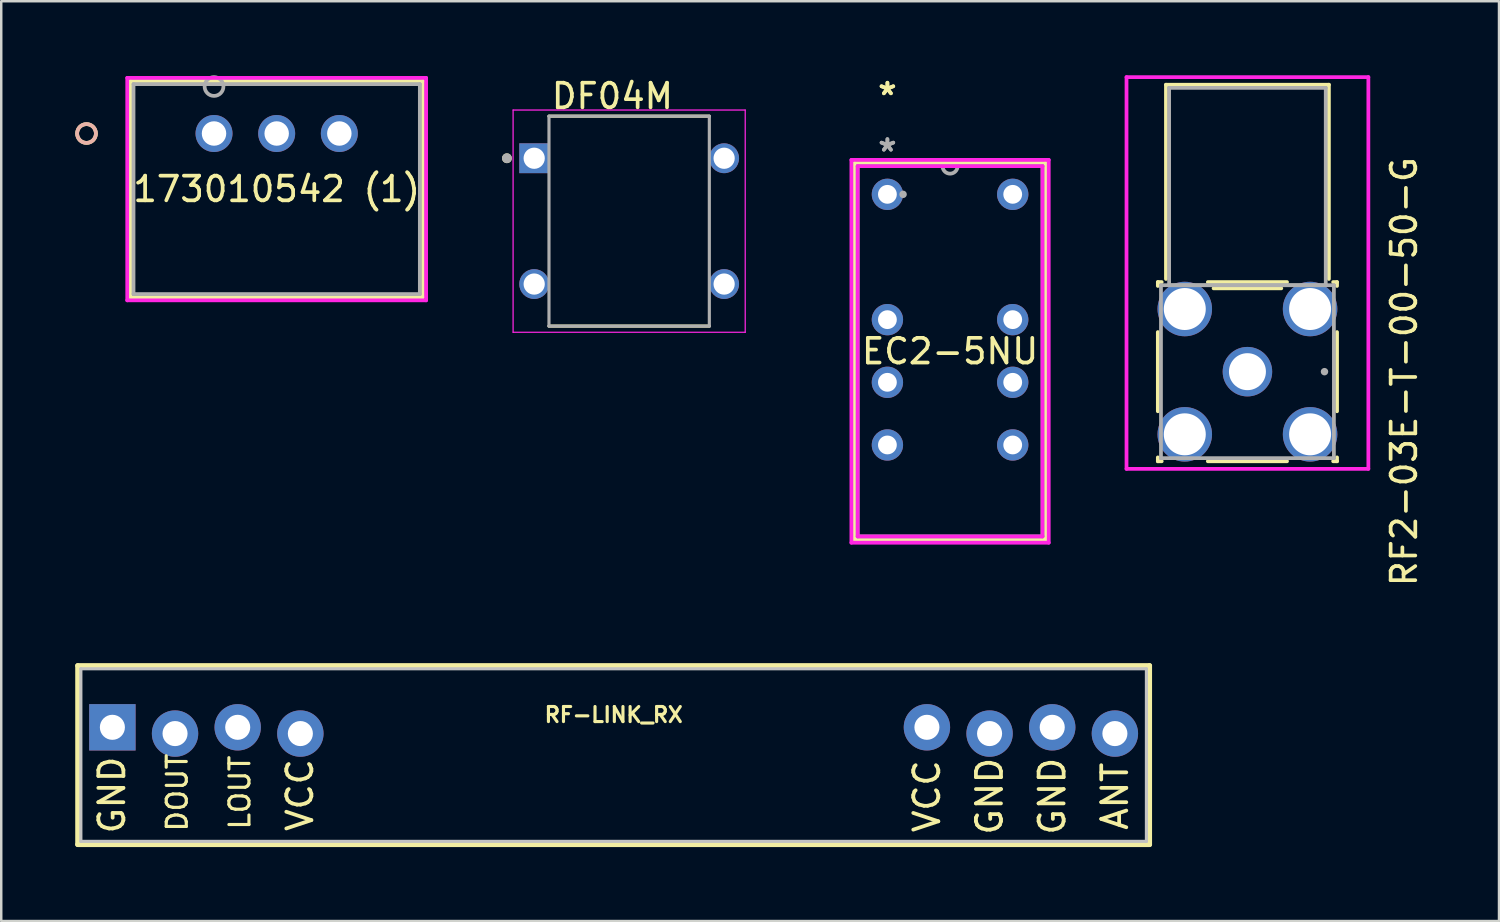
<source format=kicad_pcb>
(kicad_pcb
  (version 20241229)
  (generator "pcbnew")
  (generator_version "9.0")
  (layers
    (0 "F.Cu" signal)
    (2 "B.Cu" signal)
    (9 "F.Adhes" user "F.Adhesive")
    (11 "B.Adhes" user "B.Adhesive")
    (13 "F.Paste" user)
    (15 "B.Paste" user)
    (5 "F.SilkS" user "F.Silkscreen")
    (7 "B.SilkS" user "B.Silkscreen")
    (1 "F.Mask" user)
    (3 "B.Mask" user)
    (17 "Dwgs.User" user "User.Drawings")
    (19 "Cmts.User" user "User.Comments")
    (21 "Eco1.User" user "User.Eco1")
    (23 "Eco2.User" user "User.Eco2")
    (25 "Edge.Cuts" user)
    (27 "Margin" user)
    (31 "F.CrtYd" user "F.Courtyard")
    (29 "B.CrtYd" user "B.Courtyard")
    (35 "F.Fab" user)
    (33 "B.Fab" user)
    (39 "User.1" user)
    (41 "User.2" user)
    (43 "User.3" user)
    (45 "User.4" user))
  (footprint "173010542 (1)"
    (layer "F.Cu")
    (at 5.626 2.362)
    (property "Reference" "173010542 (1)" (at 2.54 2.254 0) (layer "F.SilkS") (effects (font (size 1 1) (thickness 0.15))))
    (attr through_hole)
    (fp_line (start -3.391 -2.127) (end -3.391 6.636) (stroke (width 0.152) (type solid)) (layer "F.SilkS"))
    (fp_line (start -3.391 6.636) (end 8.471 6.636) (stroke (width 0.152) (type solid)) (layer "F.SilkS"))
    (fp_line (start 8.471 -2.127) (end -3.391 -2.127) (stroke (width 0.152) (type solid)) (layer "F.SilkS"))
    (fp_line (start 8.471 6.636) (end 8.471 -2.127) (stroke (width 0.152) (type solid)) (layer "F.SilkS"))
    (fp_circle (center -5.169 0) (end -4.788 0) (stroke (width 0.152) (type solid)) (fill no) (layer "F.SilkS"))
    (fp_circle (center -5.169 0) (end -4.788 0) (stroke (width 0.152) (type solid)) (fill no) (layer "B.SilkS"))
    (fp_line (start -3.518 -2.255) (end -3.518 6.763) (stroke (width 0.152) (type solid)) (layer "F.CrtYd"))
    (fp_line (start -3.518 6.763) (end 8.598 6.763) (stroke (width 0.152) (type solid)) (layer "F.CrtYd"))
    (fp_line (start 8.598 -2.255) (end -3.518 -2.255) (stroke (width 0.152) (type solid)) (layer "F.CrtYd"))
    (fp_line (start 8.598 6.763) (end 8.598 -2.255) (stroke (width 0.152) (type solid)) (layer "F.CrtYd"))
    (fp_line (start -3.264 -2.001) (end -3.264 6.508) (stroke (width 0.152) (type solid)) (layer "F.Fab"))
    (fp_line (start -3.264 6.508) (end 8.344 6.508) (stroke (width 0.152) (type solid)) (layer "F.Fab"))
    (fp_line (start 8.344 -2.001) (end -3.264 -2.001) (stroke (width 0.152) (type solid)) (layer "F.Fab"))
    (fp_line (start 8.344 6.508) (end 8.344 -2.001) (stroke (width 0.152) (type solid)) (layer "F.Fab"))
    (fp_circle (center 0 -1.905) (end 0.381 -1.905) (stroke (width 0.152) (type solid)) (fill no) (layer "F.Fab"))
    (pad "1" thru_hole circle (at 0 0) (size 1.499 1.499) (drill 0.991) (layers "*.Cu" "*.Mask"))
    (pad "2" thru_hole circle (at 2.54 0) (size 1.499 1.499) (drill 0.991) (layers "*.Cu" "*.Mask"))
    (pad "3" thru_hole circle (at 5.08 0) (size 1.499 1.499) (drill 0.991) (layers "*.Cu" "*.Mask")))
  (footprint "RF2-03E-T-00-50-G"
    (layer "F.Cu")
    (at 47.519 12.017)
    (property "Reference" "RF2-03E-T-00-50-G" (at 6.35 0 90) (layer "F.SilkS") (effects (font (size 1 1) (thickness 0.15))))
    (attr through_hole)
    (fp_line (start -3.632 -3.632) (end -3.632 -3.475) (stroke (width 0.152) (type solid)) (layer "F.SilkS"))
    (fp_line (start -3.632 -1.605) (end -3.632 1.605) (stroke (width 0.152) (type solid)) (layer "F.SilkS"))
    (fp_line (start -3.632 3.475) (end -3.632 3.632) (stroke (width 0.152) (type solid)) (layer "F.SilkS"))
    (fp_line (start -3.632 3.632) (end -3.475 3.632) (stroke (width 0.152) (type solid)) (layer "F.SilkS"))
    (fp_line (start -3.475 -3.632) (end -3.632 -3.632) (stroke (width 0.152) (type solid)) (layer "F.SilkS"))
    (fp_line (start -3.302 -11.633) (end -3.302 -3.759) (stroke (width 0.152) (type solid)) (layer "F.SilkS"))
    (fp_line (start -1.605 3.632) (end 1.605 3.632) (stroke (width 0.152) (type solid)) (layer "F.SilkS"))
    (fp_line (start -1.372 -3.378) (end 1.372 -3.378) (stroke (width 0.152) (type solid)) (layer "F.SilkS"))
    (fp_line (start 1.605 -3.632) (end -1.605 -3.632) (stroke (width 0.152) (type solid)) (layer "F.SilkS"))
    (fp_line (start 3.302 -11.633) (end -3.302 -11.633) (stroke (width 0.152) (type solid)) (layer "F.SilkS"))
    (fp_line (start 3.302 -3.759) (end 3.302 -11.633) (stroke (width 0.152) (type solid)) (layer "F.SilkS"))
    (fp_line (start 3.475 3.632) (end 3.632 3.632) (stroke (width 0.152) (type solid)) (layer "F.SilkS"))
    (fp_line (start 3.632 -3.632) (end 3.475 -3.632) (stroke (width 0.152) (type solid)) (layer "F.SilkS"))
    (fp_line (start 3.632 -3.475) (end 3.632 -3.632) (stroke (width 0.152) (type solid)) (layer "F.SilkS"))
    (fp_line (start 3.632 1.605) (end 3.632 -1.605) (stroke (width 0.152) (type solid)) (layer "F.SilkS"))
    (fp_line (start 3.632 3.632) (end 3.632 3.475) (stroke (width 0.152) (type solid)) (layer "F.SilkS"))
    (fp_line (start -4.902 -11.941) (end 4.902 -11.941) (stroke (width 0.152) (type solid)) (layer "F.CrtYd"))
    (fp_line (start -4.902 3.94) (end -4.902 -11.941) (stroke (width 0.152) (type solid)) (layer "F.CrtYd"))
    (fp_line (start 4.902 -11.941) (end 4.902 3.94) (stroke (width 0.152) (type solid)) (layer "F.CrtYd"))
    (fp_line (start 4.902 3.94) (end -4.902 3.94) (stroke (width 0.152) (type solid)) (layer "F.CrtYd"))
    (fp_line (start -3.505 -3.505) (end -3.505 3.505) (stroke (width 0.152) (type solid)) (layer "F.Fab"))
    (fp_line (start -3.505 3.505) (end 3.505 3.505) (stroke (width 0.152) (type solid)) (layer "F.Fab"))
    (fp_line (start -3.175 -11.506) (end -3.175 -3.505) (stroke (width 0.152) (type solid)) (layer "F.Fab"))
    (fp_line (start -3.175 -3.505) (end 3.175 -3.505) (stroke (width 0.152) (type solid)) (layer "F.Fab"))
    (fp_line (start 3.175 -11.506) (end -3.175 -11.506) (stroke (width 0.152) (type solid)) (layer "F.Fab"))
    (fp_line (start 3.175 -3.505) (end 3.175 -11.506) (stroke (width 0.152) (type solid)) (layer "F.Fab"))
    (fp_line (start 3.505 -3.505) (end -3.505 -3.505) (stroke (width 0.152) (type solid)) (layer "F.Fab"))
    (fp_line (start 3.505 3.505) (end 3.505 -3.505) (stroke (width 0.152) (type solid)) (layer "F.Fab"))
    (fp_circle (center 3.124 0) (end 3.124 0) (stroke (width 0.152) (type solid)) (fill no) (layer "F.Fab"))
    (pad "1" thru_hole circle (at 0 0) (size 2.007 2.007) (drill 1.499) (layers "*.Cu" "*.Mask"))
    (pad "2" thru_hole circle (at -2.54 -2.54) (size 2.21 2.21) (drill 1.702) (layers "*.Cu" "*.Mask"))
    (pad "3" thru_hole circle (at -2.54 2.54) (size 2.21 2.21) (drill 1.702) (layers "*.Cu" "*.Mask"))
    (pad "4" thru_hole circle (at 2.54 2.54) (size 2.21 2.21) (drill 1.702) (layers "*.Cu" "*.Mask"))
    (pad "5" thru_hole circle (at 2.54 -2.54) (size 2.21 2.21) (drill 1.702) (layers "*.Cu" "*.Mask")))
  (footprint "RF-LINK_RX"
    (layer "F.Cu")
    (at 21.826 26.561)
    (property "Reference" "RF-LINK_RX" (at 0 -0.635 0) (layer "F.SilkS") (effects (font (size 0.61 0.61) (thickness 0.127))))
    (attr exclude_from_pos_files exclude_from_bom)
    (fp_line (start -21.725 -2.626) (end -21.725 4.625) (stroke (width 0.203) (type solid)) (layer "F.SilkS"))
    (fp_line (start -21.725 4.625) (end 21.725 4.625) (stroke (width 0.203) (type solid)) (layer "F.SilkS"))
    (fp_line (start 21.725 -2.626) (end -21.725 -2.626) (stroke (width 0.203) (type solid)) (layer "F.SilkS"))
    (fp_line (start 21.725 4.625) (end 21.725 -2.626) (stroke (width 0.203) (type solid)) (layer "F.SilkS"))
    (fp_line (start -21.598 -2.499) (end -21.598 4.498) (stroke (width 0.127) (type solid)) (layer "Dwgs.User"))
    (fp_line (start -21.598 4.498) (end 21.598 4.498) (stroke (width 0.127) (type solid)) (layer "Dwgs.User"))
    (fp_line (start 21.598 -2.499) (end -21.598 -2.499) (stroke (width 0.127) (type solid)) (layer "Dwgs.User"))
    (fp_line (start 21.598 4.498) (end 21.598 -2.499) (stroke (width 0.127) (type solid)) (layer "Dwgs.User"))
    (fp_text user "GND" (at 15.24 2.667 90) (layer "F.SilkS") (effects (font (size 1.016 1.016) (thickness 0.152))))
    (fp_text user "DOUT" (at -17.694 2.517 90) (layer "F.SilkS") (effects (font (size 0.813 0.813) (thickness 0.127))))
    (fp_text user "ANT" (at 20.32 2.667 90) (layer "F.SilkS") (effects (font (size 1.016 1.016) (thickness 0.152))))
    (fp_text user "GND" (at 17.78 2.667 90) (layer "F.SilkS") (effects (font (size 1.016 1.016) (thickness 0.152))))
    (fp_text user "VCC" (at 12.7 2.667 90) (layer "F.SilkS") (effects (font (size 1.016 1.016) (thickness 0.152))))
    (fp_text user "GND" (at -20.336 2.619 90) (layer "F.SilkS") (effects (font (size 1.016 1.016) (thickness 0.152))))
    (fp_text user "LOUT" (at -15.154 2.517 90) (layer "F.SilkS") (effects (font (size 0.813 0.813) (thickness 0.127))))
    (fp_text user "VCC" (at -12.716 2.619 90) (layer "F.SilkS") (effects (font (size 1.016 1.016) (thickness 0.152))))
    (pad "+5V@" thru_hole circle (at -12.7 0.127) (size 1.88 1.88) (drill 1.016) (layers "*.Cu" "*.Mask"))
    (pad "+5V@" thru_hole circle (at 12.7 -0.127) (size 1.88 1.88) (drill 1.016) (layers "*.Cu" "*.Mask"))
    (pad "ANT" thru_hole circle (at 20.32 0.127) (size 1.88 1.88) (drill 1.016) (layers "*.Cu" "*.Mask"))
    (pad "DATA" thru_hole circle (at -17.78 0.127) (size 1.88 1.88) (drill 1.016) (layers "*.Cu" "*.Mask"))
    (pad "DATA" thru_hole circle (at -15.24 -0.127) (size 1.88 1.88) (drill 1.016) (layers "*.Cu" "*.Mask"))
    (pad "GND@" thru_hole rect (at -20.32 -0.127) (size 1.88 1.88) (drill 1.016) (layers "*.Cu" "*.Mask"))
    (pad "GND@" thru_hole circle (at 15.24 0.127) (size 1.88 1.88) (drill 1.016) (layers "*.Cu" "*.Mask"))
    (pad "GND@" thru_hole circle (at 17.78 -0.127) (size 1.88 1.88) (drill 1.016) (layers "*.Cu" "*.Mask")))
  (footprint "DF04M"
    (layer "F.Cu")
    (at 22.455 5.915)
    (property "Reference" "DF04M" (at -0.68 -5.067 0) (layer "F.SilkS") (effects (font (size 1 1) (thickness 0.15))))
    (attr through_hole)
    (fp_line (start -3.25 -4.255) (end 3.25 -4.255) (stroke (width 0.127) (type solid)) (layer "F.SilkS"))
    (fp_line (start -3.25 4.255) (end 3.25 4.255) (stroke (width 0.127) (type solid)) (layer "F.SilkS"))
    (fp_circle (center -4.955 -2.55) (end -4.855 -2.55) (stroke (width 0.2) (type solid)) (fill no) (layer "F.SilkS"))
    (fp_line (start -4.705 -4.505) (end -4.705 4.505) (stroke (width 0.05) (type solid)) (layer "F.CrtYd"))
    (fp_line (start 4.705 -4.505) (end -4.705 -4.505) (stroke (width 0.05) (type solid)) (layer "F.CrtYd"))
    (fp_line (start 4.705 -4.505) (end 4.705 4.505) (stroke (width 0.05) (type solid)) (layer "F.CrtYd"))
    (fp_line (start 4.705 4.505) (end -4.705 4.505) (stroke (width 0.05) (type solid)) (layer "F.CrtYd"))
    (fp_line (start -3.25 -4.255) (end -3.25 4.255) (stroke (width 0.127) (type solid)) (layer "F.Fab"))
    (fp_line (start -3.25 -4.255) (end 3.25 -4.255) (stroke (width 0.127) (type solid)) (layer "F.Fab"))
    (fp_line (start -3.25 4.255) (end 3.25 4.255) (stroke (width 0.127) (type solid)) (layer "F.Fab"))
    (fp_line (start 3.25 -4.255) (end 3.25 4.255) (stroke (width 0.127) (type solid)) (layer "F.Fab"))
    (fp_circle (center -4.955 -2.55) (end -4.855 -2.55) (stroke (width 0.2) (type solid)) (fill no) (layer "F.Fab"))
    (pad "1" thru_hole rect (at -3.85 -2.55) (size 1.21 1.21) (drill 0.86) (layers "*.Cu" "*.Mask"))
    (pad "2" thru_hole circle (at -3.85 2.55) (size 1.21 1.21) (drill 0.86) (layers "*.Cu" "*.Mask"))
    (pad "3" thru_hole circle (at 3.85 2.55) (size 1.21 1.21) (drill 0.86) (layers "*.Cu" "*.Mask"))
    (pad "4" thru_hole circle (at 3.85 -2.55) (size 1.21 1.21) (drill 0.86) (layers "*.Cu" "*.Mask")))
  (footprint "EC2-5NU"
    (layer "F.Cu")
    (at 32.924 4.828)
    (property "Reference" "EC2-5NU" (at 2.54 6.363 0) (layer "F.SilkS") (effects (font (size 1 1) (thickness 0.15))))
    (attr through_hole)
    (fp_line (start -1.333 -1.27) (end -1.333 13.995) (stroke (width 0.152) (type solid)) (layer "F.SilkS"))
    (fp_line (start -1.333 13.995) (end 6.413 13.995) (stroke (width 0.152) (type solid)) (layer "F.SilkS"))
    (fp_line (start 6.413 -1.27) (end -1.333 -1.27) (stroke (width 0.152) (type solid)) (layer "F.SilkS"))
    (fp_line (start 6.413 13.995) (end 6.413 -1.27) (stroke (width 0.152) (type solid)) (layer "F.SilkS"))
    (fp_line (start -1.46 -1.397) (end 6.54 -1.397) (stroke (width 0.152) (type solid)) (layer "F.CrtYd"))
    (fp_line (start -1.46 14.122) (end -1.46 -1.397) (stroke (width 0.152) (type solid)) (layer "F.CrtYd"))
    (fp_line (start -1.206 -1.143) (end 6.287 -1.143) (stroke (width 0.152) (type solid)) (layer "F.CrtYd"))
    (fp_line (start -1.206 13.868) (end -1.206 -1.143) (stroke (width 0.152) (type solid)) (layer "F.CrtYd"))
    (fp_line (start 6.287 -1.143) (end 6.287 13.868) (stroke (width 0.152) (type solid)) (layer "F.CrtYd"))
    (fp_line (start 6.287 13.868) (end -1.206 13.868) (stroke (width 0.152) (type solid)) (layer "F.CrtYd"))
    (fp_line (start 6.54 -1.397) (end 6.54 14.122) (stroke (width 0.152) (type solid)) (layer "F.CrtYd"))
    (fp_line (start 6.54 14.122) (end -1.46 14.122) (stroke (width 0.152) (type solid)) (layer "F.CrtYd"))
    (fp_line (start -1.206 -1.143) (end -1.206 13.868) (stroke (width 0.152) (type solid)) (layer "F.Fab"))
    (fp_line (start -1.206 13.868) (end 6.287 13.868) (stroke (width 0.152) (type solid)) (layer "F.Fab"))
    (fp_line (start 6.287 -1.143) (end -1.206 -1.143) (stroke (width 0.152) (type solid)) (layer "F.Fab"))
    (fp_line (start 6.287 13.868) (end 6.287 -1.143) (stroke (width 0.152) (type solid)) (layer "F.Fab"))
    (fp_arc (start 2.8448 -1.143) (mid 2.54 -0.8382) (end 2.2352 -1.143) (stroke (width 0.1524) (type solid)) (layer "F.Fab"))
    (fp_circle (center 0.635 0) (end 0.635 0) (stroke (width 0.152) (type solid)) (fill no) (layer "F.Fab"))
    (fp_text user "*" (at 0 -3.979 0) (layer "F.SilkS") (effects (font (size 1 1) (thickness 0.15))))
    (fp_text user "*" (at 0 -3.979 0) (layer "F.SilkS") (effects (font (size 1 1) (thickness 0.15))))
    (fp_text user "Copyright 2016 Accelerated Designs. All rights reserved." (at 0 0 0) (layer "Cmts.User") (effects (font (size 0.127 0.127) (thickness 0.002))))
    (fp_text user "*" (at 0 -1.693 0) (layer "F.Fab") (effects (font (size 1 1) (thickness 0.15))))
    (fp_text user "*" (at 0 -1.693 0) (layer "F.Fab") (effects (font (size 1 1) (thickness 0.15))))
    (pad "1" thru_hole circle (at 0 0) (size 1.27 1.27) (drill 0.762) (layers "*.Cu" "*.Mask"))
    (pad "2" thru_hole circle (at 0 5.08) (size 1.27 1.27) (drill 0.762) (layers "*.Cu" "*.Mask"))
    (pad "3" thru_hole circle (at 0 7.62) (size 1.27 1.27) (drill 0.762) (layers "*.Cu" "*.Mask"))
    (pad "4" thru_hole circle (at 0 10.16) (size 1.27 1.27) (drill 0.762) (layers "*.Cu" "*.Mask"))
    (pad "5" thru_hole circle (at 5.08 10.16) (size 1.27 1.27) (drill 0.762) (layers "*.Cu" "*.Mask"))
    (pad "6" thru_hole circle (at 5.08 7.62) (size 1.27 1.27) (drill 0.762) (layers "*.Cu" "*.Mask"))
    (pad "7" thru_hole circle (at 5.08 5.08) (size 1.27 1.27) (drill 0.762) (layers "*.Cu" "*.Mask"))
    (pad "8" thru_hole circle (at 5.08 0) (size 1.27 1.27) (drill 0.762) (layers "*.Cu" "*.Mask")))
  (gr_rect
    (start -3 -3)
    (end 57.717 34.288)
    (stroke (width 0.1) (type default))
    (fill no)
    (layer "Edge.Cuts")))
</source>
